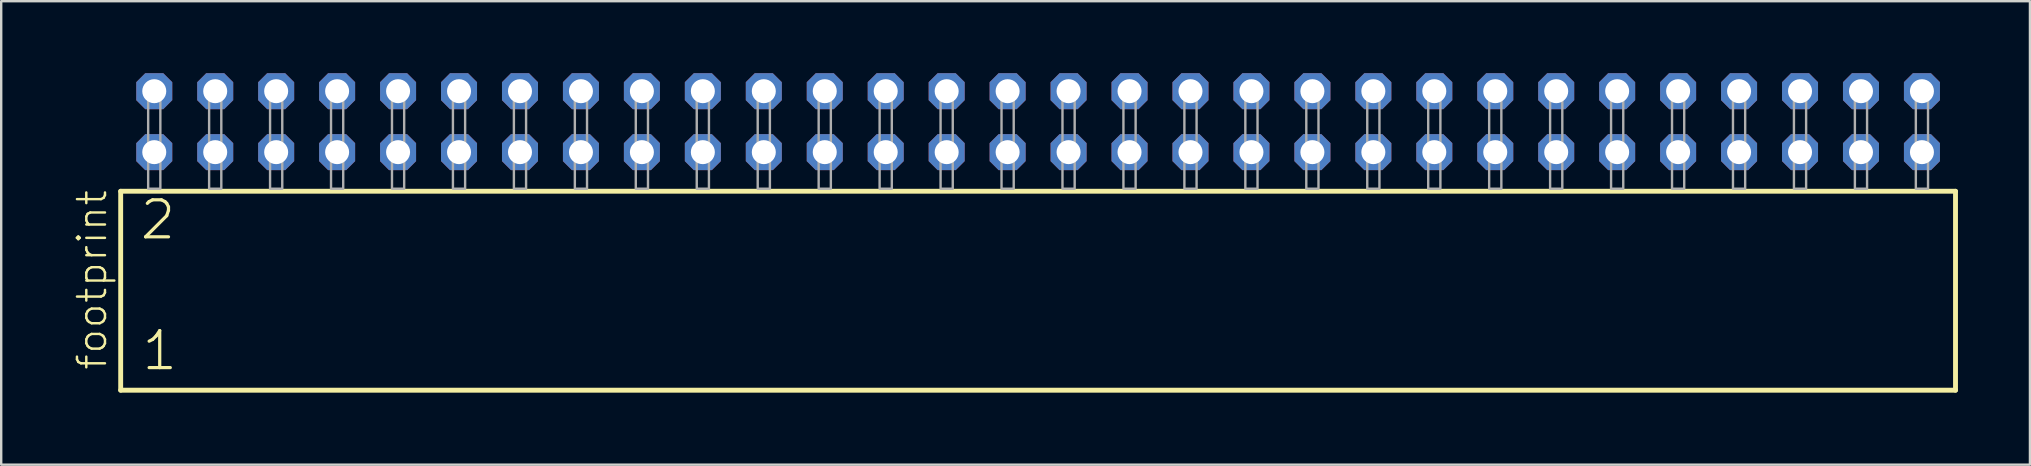
<source format=kicad_pcb>
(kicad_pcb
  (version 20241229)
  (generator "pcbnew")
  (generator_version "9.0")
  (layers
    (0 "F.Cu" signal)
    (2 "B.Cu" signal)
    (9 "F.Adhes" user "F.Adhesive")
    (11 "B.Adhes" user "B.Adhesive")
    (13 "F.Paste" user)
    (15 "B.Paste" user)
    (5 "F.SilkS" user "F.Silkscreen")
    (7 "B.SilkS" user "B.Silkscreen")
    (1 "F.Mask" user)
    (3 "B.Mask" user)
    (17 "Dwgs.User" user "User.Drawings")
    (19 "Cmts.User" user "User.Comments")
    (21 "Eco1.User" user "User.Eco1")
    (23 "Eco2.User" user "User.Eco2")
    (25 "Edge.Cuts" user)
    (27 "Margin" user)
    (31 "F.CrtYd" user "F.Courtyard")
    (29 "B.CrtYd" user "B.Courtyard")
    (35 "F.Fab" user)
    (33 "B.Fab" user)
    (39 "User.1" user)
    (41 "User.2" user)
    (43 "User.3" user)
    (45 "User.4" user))
  (footprint "footprint"
    (layer "F.Cu")
    (at 40.208 4.814)
    (property "Reference" "footprint" (at -38.735 7.62 90) (layer "F.SilkS") (effects (font (size 1.168 1.168) (thickness 0.102)) (justify left bottom)))
    (fp_line (start -38.229 0.106) (end -38.229 8.396) (stroke (width 0.203) (type solid)) (layer "F.SilkS"))
    (fp_line (start -38.229 8.396) (end 38.229 8.396) (stroke (width 0.203) (type solid)) (layer "F.SilkS"))
    (fp_line (start 38.229 0.106) (end -38.229 0.106) (stroke (width 0.203) (type solid)) (layer "F.SilkS"))
    (fp_line (start 38.229 8.396) (end 38.229 0.106) (stroke (width 0.203) (type solid)) (layer "F.SilkS"))
    (fp_poly (pts (xy -37.084 0) (xy -36.576 0) (xy -36.576 -4.318) (xy -37.084 -4.318)) (stroke (width 0.1) (type solid)) (fill no) (layer "F.Fab"))
    (fp_poly (pts (xy -34.544 0) (xy -34.036 0) (xy -34.036 -4.318) (xy -34.544 -4.318)) (stroke (width 0.1) (type solid)) (fill no) (layer "F.Fab"))
    (fp_poly (pts (xy -32.004 0) (xy -31.496 0) (xy -31.496 -4.318) (xy -32.004 -4.318)) (stroke (width 0.1) (type solid)) (fill no) (layer "F.Fab"))
    (fp_poly (pts (xy -29.464 0) (xy -28.956 0) (xy -28.956 -4.318) (xy -29.464 -4.318)) (stroke (width 0.1) (type solid)) (fill no) (layer "F.Fab"))
    (fp_poly (pts (xy -26.924 0) (xy -26.416 0) (xy -26.416 -4.318) (xy -26.924 -4.318)) (stroke (width 0.1) (type solid)) (fill no) (layer "F.Fab"))
    (fp_poly (pts (xy -24.384 0) (xy -23.876 0) (xy -23.876 -4.318) (xy -24.384 -4.318)) (stroke (width 0.1) (type solid)) (fill no) (layer "F.Fab"))
    (fp_poly (pts (xy -21.844 0) (xy -21.336 0) (xy -21.336 -4.318) (xy -21.844 -4.318)) (stroke (width 0.1) (type solid)) (fill no) (layer "F.Fab"))
    (fp_poly (pts (xy -19.304 0) (xy -18.796 0) (xy -18.796 -4.318) (xy -19.304 -4.318)) (stroke (width 0.1) (type solid)) (fill no) (layer "F.Fab"))
    (fp_poly (pts (xy -16.764 0) (xy -16.256 0) (xy -16.256 -4.318) (xy -16.764 -4.318)) (stroke (width 0.1) (type solid)) (fill no) (layer "F.Fab"))
    (fp_poly (pts (xy -14.224 0) (xy -13.716 0) (xy -13.716 -4.318) (xy -14.224 -4.318)) (stroke (width 0.1) (type solid)) (fill no) (layer "F.Fab"))
    (fp_poly (pts (xy -11.684 0) (xy -11.176 0) (xy -11.176 -4.318) (xy -11.684 -4.318)) (stroke (width 0.1) (type solid)) (fill no) (layer "F.Fab"))
    (fp_poly (pts (xy -9.144 0) (xy -8.636 0) (xy -8.636 -4.318) (xy -9.144 -4.318)) (stroke (width 0.1) (type solid)) (fill no) (layer "F.Fab"))
    (fp_poly (pts (xy -6.604 0) (xy -6.096 0) (xy -6.096 -4.318) (xy -6.604 -4.318)) (stroke (width 0.1) (type solid)) (fill no) (layer "F.Fab"))
    (fp_poly (pts (xy -4.064 0) (xy -3.556 0) (xy -3.556 -4.318) (xy -4.064 -4.318)) (stroke (width 0.1) (type solid)) (fill no) (layer "F.Fab"))
    (fp_poly (pts (xy -1.524 0) (xy -1.016 0) (xy -1.016 -4.318) (xy -1.524 -4.318)) (stroke (width 0.1) (type solid)) (fill no) (layer "F.Fab"))
    (fp_poly (pts (xy 1.016 0) (xy 1.524 0) (xy 1.524 -4.318) (xy 1.016 -4.318)) (stroke (width 0.1) (type solid)) (fill no) (layer "F.Fab"))
    (fp_poly (pts (xy 3.556 0) (xy 4.064 0) (xy 4.064 -4.318) (xy 3.556 -4.318)) (stroke (width 0.1) (type solid)) (fill no) (layer "F.Fab"))
    (fp_poly (pts (xy 6.096 0) (xy 6.604 0) (xy 6.604 -4.318) (xy 6.096 -4.318)) (stroke (width 0.1) (type solid)) (fill no) (layer "F.Fab"))
    (fp_poly (pts (xy 8.636 0) (xy 9.144 0) (xy 9.144 -4.318) (xy 8.636 -4.318)) (stroke (width 0.1) (type solid)) (fill no) (layer "F.Fab"))
    (fp_poly (pts (xy 11.176 0) (xy 11.684 0) (xy 11.684 -4.318) (xy 11.176 -4.318)) (stroke (width 0.1) (type solid)) (fill no) (layer "F.Fab"))
    (fp_poly (pts (xy 13.716 0) (xy 14.224 0) (xy 14.224 -4.318) (xy 13.716 -4.318)) (stroke (width 0.1) (type solid)) (fill no) (layer "F.Fab"))
    (fp_poly (pts (xy 16.256 0) (xy 16.764 0) (xy 16.764 -4.318) (xy 16.256 -4.318)) (stroke (width 0.1) (type solid)) (fill no) (layer "F.Fab"))
    (fp_poly (pts (xy 18.796 0) (xy 19.304 0) (xy 19.304 -4.318) (xy 18.796 -4.318)) (stroke (width 0.1) (type solid)) (fill no) (layer "F.Fab"))
    (fp_poly (pts (xy 21.336 0) (xy 21.844 0) (xy 21.844 -4.318) (xy 21.336 -4.318)) (stroke (width 0.1) (type solid)) (fill no) (layer "F.Fab"))
    (fp_poly (pts (xy 23.876 0) (xy 24.384 0) (xy 24.384 -4.318) (xy 23.876 -4.318)) (stroke (width 0.1) (type solid)) (fill no) (layer "F.Fab"))
    (fp_poly (pts (xy 26.416 0) (xy 26.924 0) (xy 26.924 -4.318) (xy 26.416 -4.318)) (stroke (width 0.1) (type solid)) (fill no) (layer "F.Fab"))
    (fp_poly (pts (xy 28.956 0) (xy 29.464 0) (xy 29.464 -4.318) (xy 28.956 -4.318)) (stroke (width 0.1) (type solid)) (fill no) (layer "F.Fab"))
    (fp_poly (pts (xy 31.496 0) (xy 32.004 0) (xy 32.004 -4.318) (xy 31.496 -4.318)) (stroke (width 0.1) (type solid)) (fill no) (layer "F.Fab"))
    (fp_poly (pts (xy 34.036 0) (xy 34.544 0) (xy 34.544 -4.318) (xy 34.036 -4.318)) (stroke (width 0.1) (type solid)) (fill no) (layer "F.Fab"))
    (fp_poly (pts (xy 36.576 0) (xy 37.084 0) (xy 37.084 -4.318) (xy 36.576 -4.318)) (stroke (width 0.1) (type solid)) (fill no) (layer "F.Fab"))
    (fp_text user "2" (at -37.5 2.2 0) (layer "F.SilkS") (effects (font (size 1.542 1.542) (thickness 0.134)) (justify left bottom)))
    (fp_text user "1" (at -37.425 7.65 0) (layer "F.SilkS") (effects (font (size 1.542 1.542) (thickness 0.134)) (justify left bottom)))
    (pad "1" thru_hole roundrect (at -36.83 -1.524) (size 1.5 1.5) (drill 1) (layers "*.Cu" "*.Mask") (roundrect_rratio 0.25) (chamfer_ratio 0.25) (chamfer top_left top_right bottom_left bottom_right))
    (pad "2" thru_hole roundrect (at -36.83 -4.064) (size 1.5 1.5) (drill 1) (layers "*.Cu" "*.Mask") (roundrect_rratio 0.25) (chamfer_ratio 0.25) (chamfer top_left top_right bottom_left bottom_right))
    (pad "3" thru_hole roundrect (at -34.29 -1.524) (size 1.5 1.5) (drill 1) (layers "*.Cu" "*.Mask") (roundrect_rratio 0.25) (chamfer_ratio 0.25) (chamfer top_left top_right bottom_left bottom_right))
    (pad "4" thru_hole roundrect (at -34.29 -4.064) (size 1.5 1.5) (drill 1) (layers "*.Cu" "*.Mask") (roundrect_rratio 0.25) (chamfer_ratio 0.25) (chamfer top_left top_right bottom_left bottom_right))
    (pad "5" thru_hole roundrect (at -31.75 -1.524) (size 1.5 1.5) (drill 1) (layers "*.Cu" "*.Mask") (roundrect_rratio 0.25) (chamfer_ratio 0.25) (chamfer top_left top_right bottom_left bottom_right))
    (pad "6" thru_hole roundrect (at -31.75 -4.064) (size 1.5 1.5) (drill 1) (layers "*.Cu" "*.Mask") (roundrect_rratio 0.25) (chamfer_ratio 0.25) (chamfer top_left top_right bottom_left bottom_right))
    (pad "7" thru_hole roundrect (at -29.21 -1.524) (size 1.5 1.5) (drill 1) (layers "*.Cu" "*.Mask") (roundrect_rratio 0.25) (chamfer_ratio 0.25) (chamfer top_left top_right bottom_left bottom_right))
    (pad "8" thru_hole roundrect (at -29.21 -4.064) (size 1.5 1.5) (drill 1) (layers "*.Cu" "*.Mask") (roundrect_rratio 0.25) (chamfer_ratio 0.25) (chamfer top_left top_right bottom_left bottom_right))
    (pad "9" thru_hole roundrect (at -26.67 -1.524) (size 1.5 1.5) (drill 1) (layers "*.Cu" "*.Mask") (roundrect_rratio 0.25) (chamfer_ratio 0.25) (chamfer top_left top_right bottom_left bottom_right))
    (pad "10" thru_hole roundrect (at -26.67 -4.064) (size 1.5 1.5) (drill 1) (layers "*.Cu" "*.Mask") (roundrect_rratio 0.25) (chamfer_ratio 0.25) (chamfer top_left top_right bottom_left bottom_right))
    (pad "11" thru_hole roundrect (at -24.13 -1.524) (size 1.5 1.5) (drill 1) (layers "*.Cu" "*.Mask") (roundrect_rratio 0.25) (chamfer_ratio 0.25) (chamfer top_left top_right bottom_left bottom_right))
    (pad "12" thru_hole roundrect (at -24.13 -4.064) (size 1.5 1.5) (drill 1) (layers "*.Cu" "*.Mask") (roundrect_rratio 0.25) (chamfer_ratio 0.25) (chamfer top_left top_right bottom_left bottom_right))
    (pad "13" thru_hole roundrect (at -21.59 -1.524) (size 1.5 1.5) (drill 1) (layers "*.Cu" "*.Mask") (roundrect_rratio 0.25) (chamfer_ratio 0.25) (chamfer top_left top_right bottom_left bottom_right))
    (pad "14" thru_hole roundrect (at -21.59 -4.064) (size 1.5 1.5) (drill 1) (layers "*.Cu" "*.Mask") (roundrect_rratio 0.25) (chamfer_ratio 0.25) (chamfer top_left top_right bottom_left bottom_right))
    (pad "15" thru_hole roundrect (at -19.05 -1.524) (size 1.5 1.5) (drill 1) (layers "*.Cu" "*.Mask") (roundrect_rratio 0.25) (chamfer_ratio 0.25) (chamfer top_left top_right bottom_left bottom_right))
    (pad "16" thru_hole roundrect (at -19.05 -4.064) (size 1.5 1.5) (drill 1) (layers "*.Cu" "*.Mask") (roundrect_rratio 0.25) (chamfer_ratio 0.25) (chamfer top_left top_right bottom_left bottom_right))
    (pad "17" thru_hole roundrect (at -16.51 -1.524) (size 1.5 1.5) (drill 1) (layers "*.Cu" "*.Mask") (roundrect_rratio 0.25) (chamfer_ratio 0.25) (chamfer top_left top_right bottom_left bottom_right))
    (pad "18" thru_hole roundrect (at -16.51 -4.064) (size 1.5 1.5) (drill 1) (layers "*.Cu" "*.Mask") (roundrect_rratio 0.25) (chamfer_ratio 0.25) (chamfer top_left top_right bottom_left bottom_right))
    (pad "19" thru_hole roundrect (at -13.97 -1.524) (size 1.5 1.5) (drill 1) (layers "*.Cu" "*.Mask") (roundrect_rratio 0.25) (chamfer_ratio 0.25) (chamfer top_left top_right bottom_left bottom_right))
    (pad "20" thru_hole roundrect (at -13.97 -4.064) (size 1.5 1.5) (drill 1) (layers "*.Cu" "*.Mask") (roundrect_rratio 0.25) (chamfer_ratio 0.25) (chamfer top_left top_right bottom_left bottom_right))
    (pad "21" thru_hole roundrect (at -11.43 -1.524) (size 1.5 1.5) (drill 1) (layers "*.Cu" "*.Mask") (roundrect_rratio 0.25) (chamfer_ratio 0.25) (chamfer top_left top_right bottom_left bottom_right))
    (pad "22" thru_hole roundrect (at -11.43 -4.064) (size 1.5 1.5) (drill 1) (layers "*.Cu" "*.Mask") (roundrect_rratio 0.25) (chamfer_ratio 0.25) (chamfer top_left top_right bottom_left bottom_right))
    (pad "23" thru_hole roundrect (at -8.89 -1.524) (size 1.5 1.5) (drill 1) (layers "*.Cu" "*.Mask") (roundrect_rratio 0.25) (chamfer_ratio 0.25) (chamfer top_left top_right bottom_left bottom_right))
    (pad "24" thru_hole roundrect (at -8.89 -4.064) (size 1.5 1.5) (drill 1) (layers "*.Cu" "*.Mask") (roundrect_rratio 0.25) (chamfer_ratio 0.25) (chamfer top_left top_right bottom_left bottom_right))
    (pad "25" thru_hole roundrect (at -6.35 -1.524) (size 1.5 1.5) (drill 1) (layers "*.Cu" "*.Mask") (roundrect_rratio 0.25) (chamfer_ratio 0.25) (chamfer top_left top_right bottom_left bottom_right))
    (pad "26" thru_hole roundrect (at -6.35 -4.064) (size 1.5 1.5) (drill 1) (layers "*.Cu" "*.Mask") (roundrect_rratio 0.25) (chamfer_ratio 0.25) (chamfer top_left top_right bottom_left bottom_right))
    (pad "27" thru_hole roundrect (at -3.81 -1.524) (size 1.5 1.5) (drill 1) (layers "*.Cu" "*.Mask") (roundrect_rratio 0.25) (chamfer_ratio 0.25) (chamfer top_left top_right bottom_left bottom_right))
    (pad "28" thru_hole roundrect (at -3.81 -4.064) (size 1.5 1.5) (drill 1) (layers "*.Cu" "*.Mask") (roundrect_rratio 0.25) (chamfer_ratio 0.25) (chamfer top_left top_right bottom_left bottom_right))
    (pad "29" thru_hole roundrect (at -1.27 -1.524) (size 1.5 1.5) (drill 1) (layers "*.Cu" "*.Mask") (roundrect_rratio 0.25) (chamfer_ratio 0.25) (chamfer top_left top_right bottom_left bottom_right))
    (pad "30" thru_hole roundrect (at -1.27 -4.064) (size 1.5 1.5) (drill 1) (layers "*.Cu" "*.Mask") (roundrect_rratio 0.25) (chamfer_ratio 0.25) (chamfer top_left top_right bottom_left bottom_right))
    (pad "31" thru_hole roundrect (at 1.27 -1.524) (size 1.5 1.5) (drill 1) (layers "*.Cu" "*.Mask") (roundrect_rratio 0.25) (chamfer_ratio 0.25) (chamfer top_left top_right bottom_left bottom_right))
    (pad "32" thru_hole roundrect (at 1.27 -4.064) (size 1.5 1.5) (drill 1) (layers "*.Cu" "*.Mask") (roundrect_rratio 0.25) (chamfer_ratio 0.25) (chamfer top_left top_right bottom_left bottom_right))
    (pad "33" thru_hole roundrect (at 3.81 -1.524) (size 1.5 1.5) (drill 1) (layers "*.Cu" "*.Mask") (roundrect_rratio 0.25) (chamfer_ratio 0.25) (chamfer top_left top_right bottom_left bottom_right))
    (pad "34" thru_hole roundrect (at 3.81 -4.064) (size 1.5 1.5) (drill 1) (layers "*.Cu" "*.Mask") (roundrect_rratio 0.25) (chamfer_ratio 0.25) (chamfer top_left top_right bottom_left bottom_right))
    (pad "35" thru_hole roundrect (at 6.35 -1.524) (size 1.5 1.5) (drill 1) (layers "*.Cu" "*.Mask") (roundrect_rratio 0.25) (chamfer_ratio 0.25) (chamfer top_left top_right bottom_left bottom_right))
    (pad "36" thru_hole roundrect (at 6.35 -4.064) (size 1.5 1.5) (drill 1) (layers "*.Cu" "*.Mask") (roundrect_rratio 0.25) (chamfer_ratio 0.25) (chamfer top_left top_right bottom_left bottom_right))
    (pad "37" thru_hole roundrect (at 8.89 -1.524) (size 1.5 1.5) (drill 1) (layers "*.Cu" "*.Mask") (roundrect_rratio 0.25) (chamfer_ratio 0.25) (chamfer top_left top_right bottom_left bottom_right))
    (pad "38" thru_hole roundrect (at 8.89 -4.064) (size 1.5 1.5) (drill 1) (layers "*.Cu" "*.Mask") (roundrect_rratio 0.25) (chamfer_ratio 0.25) (chamfer top_left top_right bottom_left bottom_right))
    (pad "39" thru_hole roundrect (at 11.43 -1.524) (size 1.5 1.5) (drill 1) (layers "*.Cu" "*.Mask") (roundrect_rratio 0.25) (chamfer_ratio 0.25) (chamfer top_left top_right bottom_left bottom_right))
    (pad "40" thru_hole roundrect (at 11.43 -4.064) (size 1.5 1.5) (drill 1) (layers "*.Cu" "*.Mask") (roundrect_rratio 0.25) (chamfer_ratio 0.25) (chamfer top_left top_right bottom_left bottom_right))
    (pad "41" thru_hole roundrect (at 13.97 -1.524) (size 1.5 1.5) (drill 1) (layers "*.Cu" "*.Mask") (roundrect_rratio 0.25) (chamfer_ratio 0.25) (chamfer top_left top_right bottom_left bottom_right))
    (pad "42" thru_hole roundrect (at 13.97 -4.064) (size 1.5 1.5) (drill 1) (layers "*.Cu" "*.Mask") (roundrect_rratio 0.25) (chamfer_ratio 0.25) (chamfer top_left top_right bottom_left bottom_right))
    (pad "43" thru_hole roundrect (at 16.51 -1.524) (size 1.5 1.5) (drill 1) (layers "*.Cu" "*.Mask") (roundrect_rratio 0.25) (chamfer_ratio 0.25) (chamfer top_left top_right bottom_left bottom_right))
    (pad "44" thru_hole roundrect (at 16.51 -4.064) (size 1.5 1.5) (drill 1) (layers "*.Cu" "*.Mask") (roundrect_rratio 0.25) (chamfer_ratio 0.25) (chamfer top_left top_right bottom_left bottom_right))
    (pad "45" thru_hole roundrect (at 19.05 -1.524) (size 1.5 1.5) (drill 1) (layers "*.Cu" "*.Mask") (roundrect_rratio 0.25) (chamfer_ratio 0.25) (chamfer top_left top_right bottom_left bottom_right))
    (pad "46" thru_hole roundrect (at 19.05 -4.064) (size 1.5 1.5) (drill 1) (layers "*.Cu" "*.Mask") (roundrect_rratio 0.25) (chamfer_ratio 0.25) (chamfer top_left top_right bottom_left bottom_right))
    (pad "47" thru_hole roundrect (at 21.59 -1.524) (size 1.5 1.5) (drill 1) (layers "*.Cu" "*.Mask") (roundrect_rratio 0.25) (chamfer_ratio 0.25) (chamfer top_left top_right bottom_left bottom_right))
    (pad "48" thru_hole roundrect (at 21.59 -4.064) (size 1.5 1.5) (drill 1) (layers "*.Cu" "*.Mask") (roundrect_rratio 0.25) (chamfer_ratio 0.25) (chamfer top_left top_right bottom_left bottom_right))
    (pad "49" thru_hole roundrect (at 24.13 -1.524) (size 1.5 1.5) (drill 1) (layers "*.Cu" "*.Mask") (roundrect_rratio 0.25) (chamfer_ratio 0.25) (chamfer top_left top_right bottom_left bottom_right))
    (pad "50" thru_hole roundrect (at 24.13 -4.064) (size 1.5 1.5) (drill 1) (layers "*.Cu" "*.Mask") (roundrect_rratio 0.25) (chamfer_ratio 0.25) (chamfer top_left top_right bottom_left bottom_right))
    (pad "51" thru_hole roundrect (at 26.67 -1.524) (size 1.5 1.5) (drill 1) (layers "*.Cu" "*.Mask") (roundrect_rratio 0.25) (chamfer_ratio 0.25) (chamfer top_left top_right bottom_left bottom_right))
    (pad "52" thru_hole roundrect (at 26.67 -4.064) (size 1.5 1.5) (drill 1) (layers "*.Cu" "*.Mask") (roundrect_rratio 0.25) (chamfer_ratio 0.25) (chamfer top_left top_right bottom_left bottom_right))
    (pad "53" thru_hole roundrect (at 29.21 -1.524) (size 1.5 1.5) (drill 1) (layers "*.Cu" "*.Mask") (roundrect_rratio 0.25) (chamfer_ratio 0.25) (chamfer top_left top_right bottom_left bottom_right))
    (pad "54" thru_hole roundrect (at 29.21 -4.064) (size 1.5 1.5) (drill 1) (layers "*.Cu" "*.Mask") (roundrect_rratio 0.25) (chamfer_ratio 0.25) (chamfer top_left top_right bottom_left bottom_right))
    (pad "55" thru_hole roundrect (at 31.75 -1.524) (size 1.5 1.5) (drill 1) (layers "*.Cu" "*.Mask") (roundrect_rratio 0.25) (chamfer_ratio 0.25) (chamfer top_left top_right bottom_left bottom_right))
    (pad "56" thru_hole roundrect (at 31.75 -4.064) (size 1.5 1.5) (drill 1) (layers "*.Cu" "*.Mask") (roundrect_rratio 0.25) (chamfer_ratio 0.25) (chamfer top_left top_right bottom_left bottom_right))
    (pad "57" thru_hole roundrect (at 34.29 -1.524) (size 1.5 1.5) (drill 1) (layers "*.Cu" "*.Mask") (roundrect_rratio 0.25) (chamfer_ratio 0.25) (chamfer top_left top_right bottom_left bottom_right))
    (pad "58" thru_hole roundrect (at 34.29 -4.064) (size 1.5 1.5) (drill 1) (layers "*.Cu" "*.Mask") (roundrect_rratio 0.25) (chamfer_ratio 0.25) (chamfer top_left top_right bottom_left bottom_right))
    (pad "59" thru_hole roundrect (at 36.83 -1.524) (size 1.5 1.5) (drill 1) (layers "*.Cu" "*.Mask") (roundrect_rratio 0.25) (chamfer_ratio 0.25) (chamfer top_left top_right bottom_left bottom_right))
    (pad "60" thru_hole roundrect (at 36.83 -4.064) (size 1.5 1.5) (drill 1) (layers "*.Cu" "*.Mask") (roundrect_rratio 0.25) (chamfer_ratio 0.25) (chamfer top_left top_right bottom_left bottom_right)))
  (gr_rect
    (start -3 -3)
    (end 81.539 16.312)
    (stroke (width 0.1) (type default))
    (fill no)
    (layer "Edge.Cuts")))
</source>
